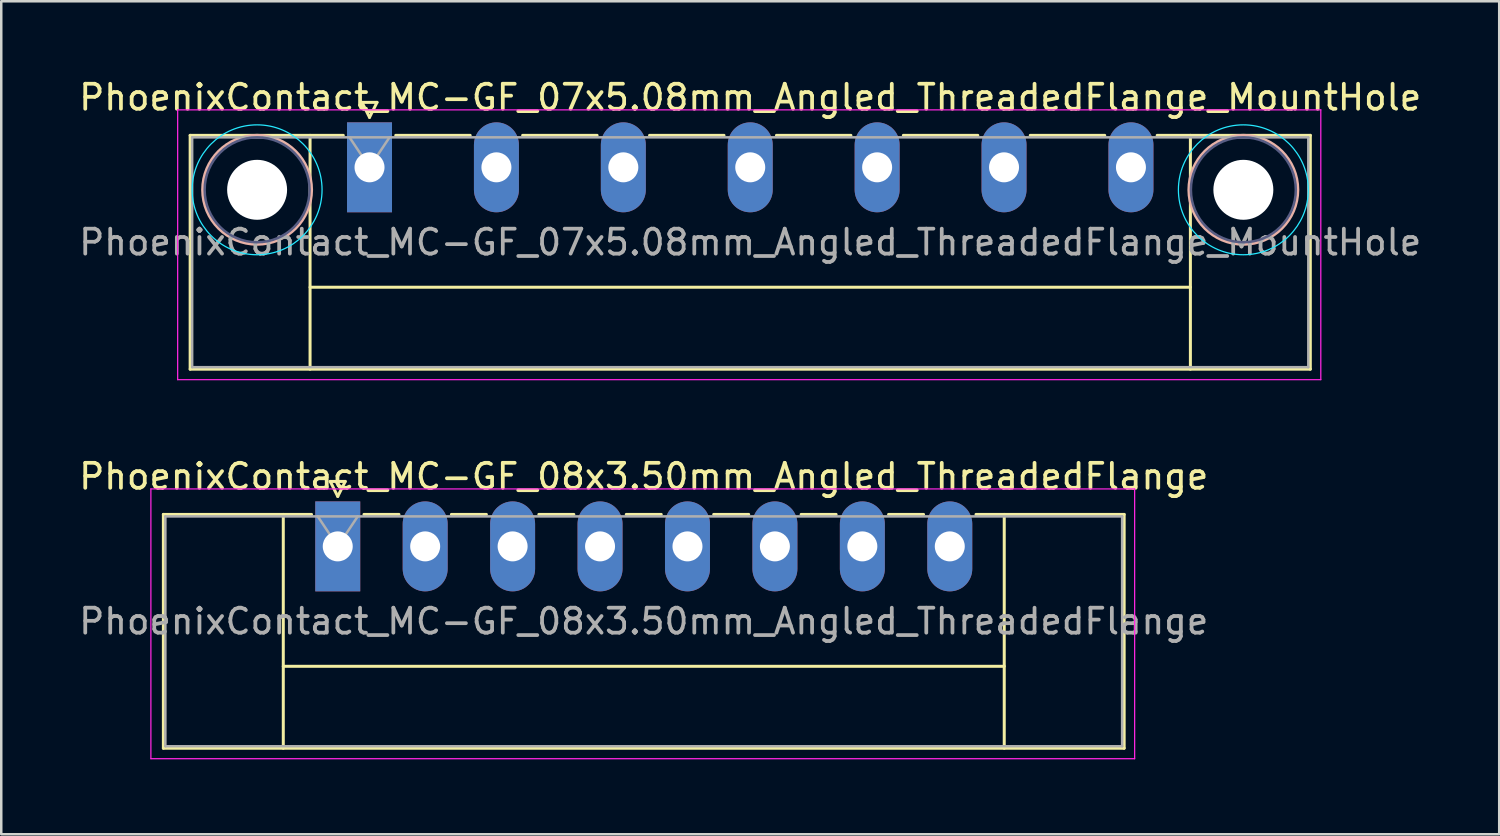
<source format=kicad_pcb>
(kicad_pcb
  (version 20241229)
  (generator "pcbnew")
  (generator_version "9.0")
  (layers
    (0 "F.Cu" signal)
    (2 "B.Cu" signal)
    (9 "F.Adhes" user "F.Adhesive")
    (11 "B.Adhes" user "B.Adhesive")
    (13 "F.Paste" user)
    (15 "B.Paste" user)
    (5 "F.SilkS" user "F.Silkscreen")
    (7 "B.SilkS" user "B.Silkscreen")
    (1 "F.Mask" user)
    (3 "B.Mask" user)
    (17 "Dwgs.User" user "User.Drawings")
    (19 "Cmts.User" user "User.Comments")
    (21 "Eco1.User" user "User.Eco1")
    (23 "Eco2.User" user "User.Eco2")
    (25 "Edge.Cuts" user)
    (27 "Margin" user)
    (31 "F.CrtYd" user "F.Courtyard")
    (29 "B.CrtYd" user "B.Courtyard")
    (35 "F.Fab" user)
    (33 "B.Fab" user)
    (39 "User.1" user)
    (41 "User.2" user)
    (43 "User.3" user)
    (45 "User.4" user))
  (footprint "PhoenixContact_MC-GF_08x3.50mm_Angled_ThreadedFlange"
    (layer "F.Cu")
    (at 10.47 18.822)
    (property "Reference" "PhoenixContact_MC-GF_08x3.50mm_Angled_ThreadedFlange" (at 12.25 -2.8 0) (layer "F.SilkS") (effects (font (size 1 1) (thickness 0.15))))
    (attr through_hole)
    (fp_line (start -6.98 -1.28) (end -6.98 8.08) (stroke (width 0.12) (type solid)) (layer "F.SilkS"))
    (fp_line (start -6.98 -1.28) (end -1.05 -1.28) (stroke (width 0.12) (type solid)) (layer "F.SilkS"))
    (fp_line (start -6.98 8.08) (end 31.48 8.08) (stroke (width 0.12) (type solid)) (layer "F.SilkS"))
    (fp_line (start -2.18 -1.28) (end -2.18 8.08) (stroke (width 0.12) (type solid)) (layer "F.SilkS"))
    (fp_line (start -2.18 4.8) (end 26.68 4.8) (stroke (width 0.12) (type solid)) (layer "F.SilkS"))
    (fp_line (start -0.3 -2.6) (end 0.3 -2.6) (stroke (width 0.12) (type solid)) (layer "F.SilkS"))
    (fp_line (start 0 -2) (end -0.3 -2.6) (stroke (width 0.12) (type solid)) (layer "F.SilkS"))
    (fp_line (start 0.3 -2.6) (end 0 -2) (stroke (width 0.12) (type solid)) (layer "F.SilkS"))
    (fp_line (start 1.05 -1.28) (end 2.45 -1.28) (stroke (width 0.12) (type solid)) (layer "F.SilkS"))
    (fp_line (start 4.55 -1.28) (end 5.95 -1.28) (stroke (width 0.12) (type solid)) (layer "F.SilkS"))
    (fp_line (start 8.05 -1.28) (end 9.45 -1.28) (stroke (width 0.12) (type solid)) (layer "F.SilkS"))
    (fp_line (start 11.55 -1.28) (end 12.95 -1.28) (stroke (width 0.12) (type solid)) (layer "F.SilkS"))
    (fp_line (start 15.05 -1.28) (end 16.45 -1.28) (stroke (width 0.12) (type solid)) (layer "F.SilkS"))
    (fp_line (start 18.55 -1.28) (end 19.95 -1.28) (stroke (width 0.12) (type solid)) (layer "F.SilkS"))
    (fp_line (start 22.05 -1.28) (end 23.45 -1.28) (stroke (width 0.12) (type solid)) (layer "F.SilkS"))
    (fp_line (start 26.68 -1.28) (end 26.68 8.08) (stroke (width 0.12) (type solid)) (layer "F.SilkS"))
    (fp_line (start 31.48 -1.28) (end 25.55 -1.28) (stroke (width 0.12) (type solid)) (layer "F.SilkS"))
    (fp_line (start 31.48 8.08) (end 31.48 -1.28) (stroke (width 0.12) (type solid)) (layer "F.SilkS"))
    (fp_line (start -7.48 -2.3) (end -7.48 8.5) (stroke (width 0.05) (type solid)) (layer "F.CrtYd"))
    (fp_line (start -7.48 8.5) (end 31.9 8.5) (stroke (width 0.05) (type solid)) (layer "F.CrtYd"))
    (fp_line (start 31.9 -2.3) (end -7.48 -2.3) (stroke (width 0.05) (type solid)) (layer "F.CrtYd"))
    (fp_line (start 31.9 8.5) (end 31.9 -2.3) (stroke (width 0.05) (type solid)) (layer "F.CrtYd"))
    (fp_line (start -6.9 -1.2) (end -6.9 8) (stroke (width 0.1) (type solid)) (layer "F.Fab"))
    (fp_line (start -6.9 8) (end 31.4 8) (stroke (width 0.1) (type solid)) (layer "F.Fab"))
    (fp_line (start 0 0) (end -0.8 -1.2) (stroke (width 0.1) (type solid)) (layer "F.Fab"))
    (fp_line (start 0.8 -1.2) (end 0 0) (stroke (width 0.1) (type solid)) (layer "F.Fab"))
    (fp_line (start 31.4 -1.2) (end -6.9 -1.2) (stroke (width 0.1) (type solid)) (layer "F.Fab"))
    (fp_line (start 31.4 8) (end 31.4 -1.2) (stroke (width 0.1) (type solid)) (layer "F.Fab"))
    (fp_text user "${REFERENCE}" (at 12.25 3 0) (layer "F.Fab") (effects (font (size 1 1) (thickness 0.15))))
    (pad "1" thru_hole rect (at 0 0) (size 1.8 3.6) (drill 1.2) (layers "*.Cu" "*.Mask"))
    (pad "2" thru_hole oval (at 3.5 0) (size 1.8 3.6) (drill 1.2) (layers "*.Cu" "*.Mask"))
    (pad "3" thru_hole oval (at 7 0) (size 1.8 3.6) (drill 1.2) (layers "*.Cu" "*.Mask"))
    (pad "4" thru_hole oval (at 10.5 0) (size 1.8 3.6) (drill 1.2) (layers "*.Cu" "*.Mask"))
    (pad "5" thru_hole oval (at 14 0) (size 1.8 3.6) (drill 1.2) (layers "*.Cu" "*.Mask"))
    (pad "6" thru_hole oval (at 17.5 0) (size 1.8 3.6) (drill 1.2) (layers "*.Cu" "*.Mask"))
    (pad "7" thru_hole oval (at 21 0) (size 1.8 3.6) (drill 1.2) (layers "*.Cu" "*.Mask"))
    (pad "8" thru_hole oval (at 24.5 0) (size 1.8 3.6) (drill 1.2) (layers "*.Cu" "*.Mask")))
  (footprint "PhoenixContact_MC-GF_07x5.08mm_Angled_ThreadedFlange_MountHole"
    (layer "F.Cu")
    (at 11.742 3.648)
    (property "Reference" "PhoenixContact_MC-GF_07x5.08mm_Angled_ThreadedFlange_MountHole" (at 15.24 -2.8 0) (layer "F.SilkS") (effects (font (size 1 1) (thickness 0.15))))
    (attr through_hole)
    (fp_line (start -7.18 -1.28) (end -7.18 8.08) (stroke (width 0.12) (type solid)) (layer "F.SilkS"))
    (fp_line (start -7.18 -1.28) (end -1.05 -1.28) (stroke (width 0.12) (type solid)) (layer "F.SilkS"))
    (fp_line (start -7.18 8.08) (end 37.66 8.08) (stroke (width 0.12) (type solid)) (layer "F.SilkS"))
    (fp_line (start -2.38 -1.28) (end -2.38 8.08) (stroke (width 0.12) (type solid)) (layer "F.SilkS"))
    (fp_line (start -2.38 4.8) (end 32.86 4.8) (stroke (width 0.12) (type solid)) (layer "F.SilkS"))
    (fp_line (start -0.3 -2.6) (end 0.3 -2.6) (stroke (width 0.12) (type solid)) (layer "F.SilkS"))
    (fp_line (start 0 -2) (end -0.3 -2.6) (stroke (width 0.12) (type solid)) (layer "F.SilkS"))
    (fp_line (start 0.3 -2.6) (end 0 -2) (stroke (width 0.12) (type solid)) (layer "F.SilkS"))
    (fp_line (start 1.05 -1.28) (end 4.03 -1.28) (stroke (width 0.12) (type solid)) (layer "F.SilkS"))
    (fp_line (start 6.13 -1.28) (end 9.11 -1.28) (stroke (width 0.12) (type solid)) (layer "F.SilkS"))
    (fp_line (start 11.21 -1.28) (end 14.19 -1.28) (stroke (width 0.12) (type solid)) (layer "F.SilkS"))
    (fp_line (start 16.29 -1.28) (end 19.27 -1.28) (stroke (width 0.12) (type solid)) (layer "F.SilkS"))
    (fp_line (start 21.37 -1.28) (end 24.35 -1.28) (stroke (width 0.12) (type solid)) (layer "F.SilkS"))
    (fp_line (start 26.45 -1.28) (end 29.43 -1.28) (stroke (width 0.12) (type solid)) (layer "F.SilkS"))
    (fp_line (start 32.86 -1.28) (end 32.86 8.08) (stroke (width 0.12) (type solid)) (layer "F.SilkS"))
    (fp_line (start 37.66 -1.28) (end 31.53 -1.28) (stroke (width 0.12) (type solid)) (layer "F.SilkS"))
    (fp_line (start 37.66 8.08) (end 37.66 -1.28) (stroke (width 0.12) (type solid)) (layer "F.SilkS"))
    (fp_circle (center -4.5 0.9) (end -2.32 0.9) (stroke (width 0.12) (type solid)) (fill no) (layer "B.SilkS"))
    (fp_circle (center 34.98 0.9) (end 37.16 0.9) (stroke (width 0.12) (type solid)) (fill no) (layer "B.SilkS"))
    (fp_circle (center -4.5 0.9) (end -1.9 0.9) (stroke (width 0.05) (type solid)) (fill no) (layer "B.CrtYd"))
    (fp_circle (center 34.98 0.9) (end 37.58 0.9) (stroke (width 0.05) (type solid)) (fill no) (layer "B.CrtYd"))
    (fp_line (start -7.68 -2.3) (end -7.68 8.5) (stroke (width 0.05) (type solid)) (layer "F.CrtYd"))
    (fp_line (start -7.68 8.5) (end 38.08 8.5) (stroke (width 0.05) (type solid)) (layer "F.CrtYd"))
    (fp_line (start 38.08 -2.3) (end -7.68 -2.3) (stroke (width 0.05) (type solid)) (layer "F.CrtYd"))
    (fp_line (start 38.08 8.5) (end 38.08 -2.3) (stroke (width 0.05) (type solid)) (layer "F.CrtYd"))
    (fp_circle (center -4.5 0.9) (end -2.4 0.9) (stroke (width 0.1) (type solid)) (fill no) (layer "B.Fab"))
    (fp_circle (center 34.98 0.9) (end 37.08 0.9) (stroke (width 0.1) (type solid)) (fill no) (layer "B.Fab"))
    (fp_line (start -7.1 -1.2) (end -7.1 8) (stroke (width 0.1) (type solid)) (layer "F.Fab"))
    (fp_line (start -7.1 8) (end 37.58 8) (stroke (width 0.1) (type solid)) (layer "F.Fab"))
    (fp_line (start 0 0) (end -0.8 -1.2) (stroke (width 0.1) (type solid)) (layer "F.Fab"))
    (fp_line (start 0.8 -1.2) (end 0 0) (stroke (width 0.1) (type solid)) (layer "F.Fab"))
    (fp_line (start 37.58 -1.2) (end -7.1 -1.2) (stroke (width 0.1) (type solid)) (layer "F.Fab"))
    (fp_line (start 37.58 8) (end 37.58 -1.2) (stroke (width 0.1) (type solid)) (layer "F.Fab"))
    (fp_text user "${REFERENCE}" (at 15.24 3 0) (layer "F.Fab") (effects (font (size 1 1) (thickness 0.15))))
    (pad "" np_thru_hole circle (at -4.5 0.9) (size 2.4 2.4) (drill 2.4) (layers "*.Cu" "*.Mask"))
    (pad "" np_thru_hole circle (at 34.98 0.9) (size 2.4 2.4) (drill 2.4) (layers "*.Cu" "*.Mask"))
    (pad "1" thru_hole rect (at 0 0) (size 1.8 3.6) (drill 1.2) (layers "*.Cu" "*.Mask"))
    (pad "2" thru_hole oval (at 5.08 0) (size 1.8 3.6) (drill 1.2) (layers "*.Cu" "*.Mask"))
    (pad "3" thru_hole oval (at 10.16 0) (size 1.8 3.6) (drill 1.2) (layers "*.Cu" "*.Mask"))
    (pad "4" thru_hole oval (at 15.24 0) (size 1.8 3.6) (drill 1.2) (layers "*.Cu" "*.Mask"))
    (pad "5" thru_hole oval (at 20.32 0) (size 1.8 3.6) (drill 1.2) (layers "*.Cu" "*.Mask"))
    (pad "6" thru_hole oval (at 25.4 0) (size 1.8 3.6) (drill 1.2) (layers "*.Cu" "*.Mask"))
    (pad "7" thru_hole oval (at 30.48 0) (size 1.8 3.6) (drill 1.2) (layers "*.Cu" "*.Mask")))
  (gr_rect
    (start -3 -3)
    (end 56.964 30.346)
    (stroke (width 0.1) (type default))
    (fill no)
    (layer "Edge.Cuts")))
</source>
